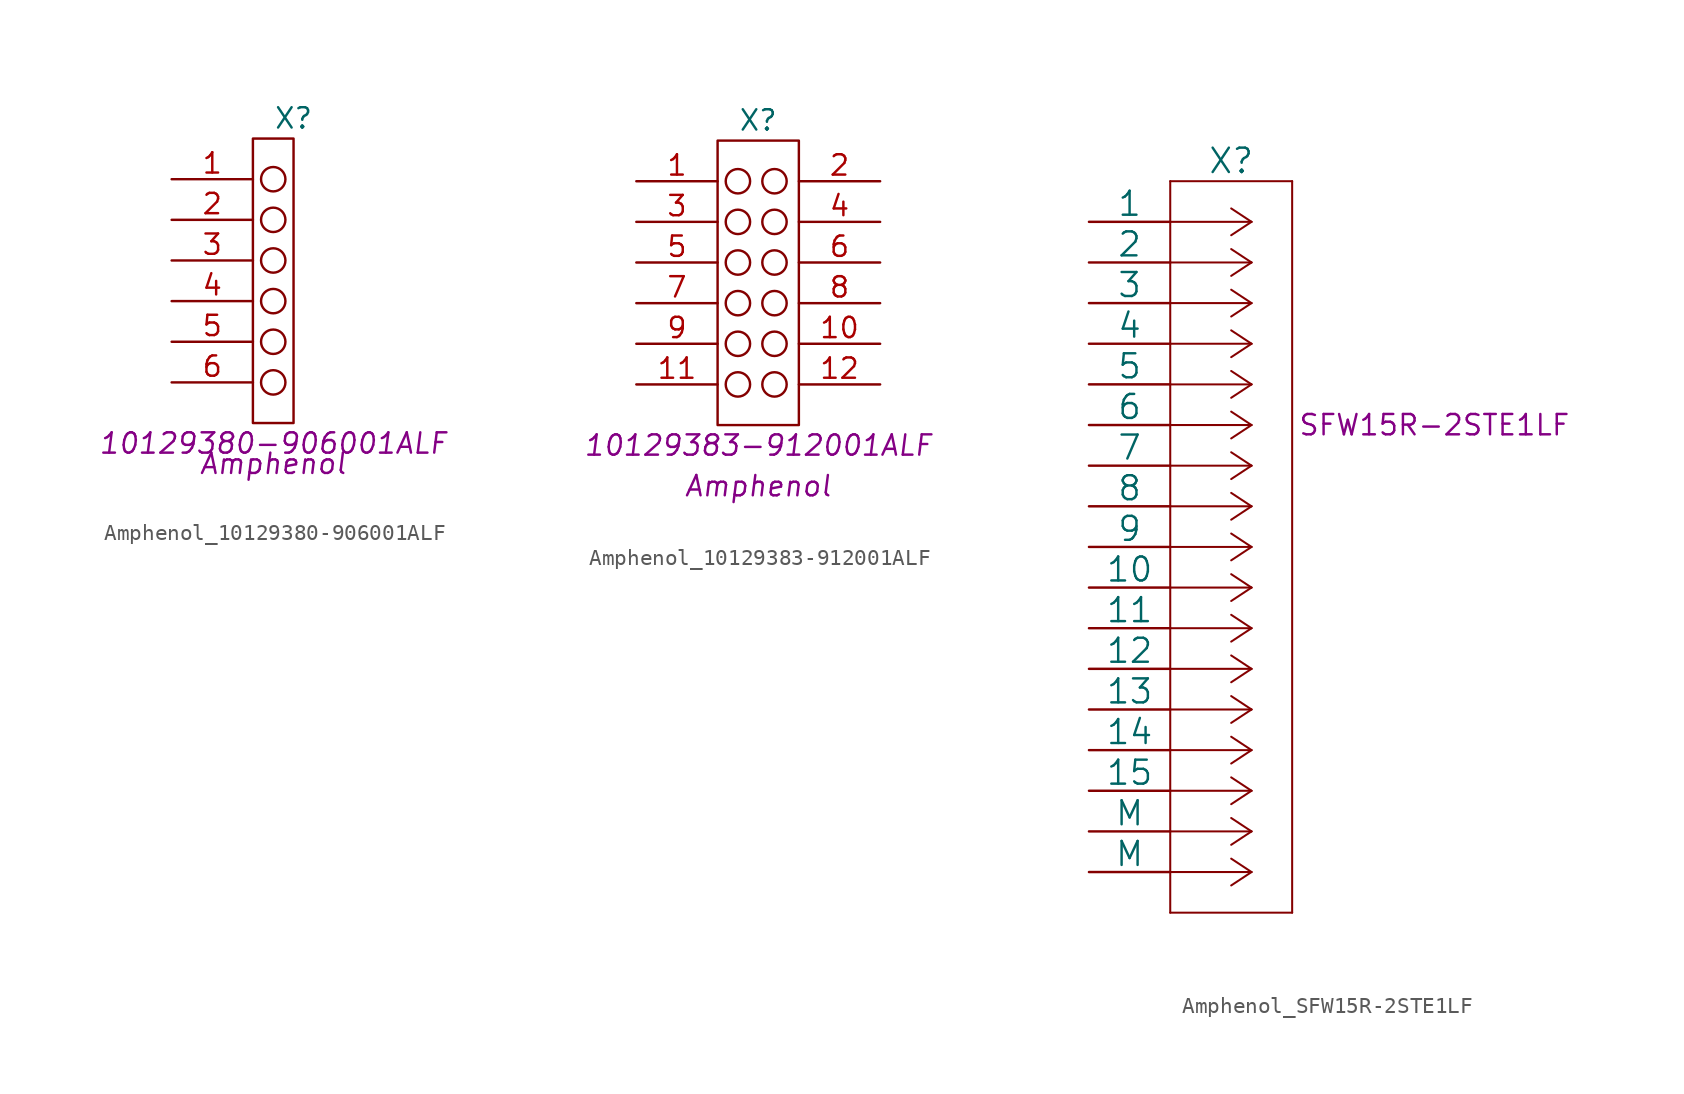
<source format=kicad_sym>
(kicad_symbol_lib
  (version 20211014)
  (generator kicad_symbol_editor)
  (symbol "Amphenol_10129380-906001ALF"
    (pin_names
      (offset 1.016))
    (property "Reference" "X"
      (at 0 10.16 0)
      (effects (font (size 1.27 1.27))))
    (property "p/n" "10129380-906001ALF"
      (at -1.27 -10.16 0)
      (effects (font (size 1.27 1.27) italic)))
    (property "Manuf" "Amphenol"
      (at -1.27 -11.43 0)
      (effects (font (size 1.27 1.27) italic)))
    (symbol "Amphenol_10129380-906001ALF_0_1"
      (rectangle (start -2.54 8.89) (end 0 -8.89) (stroke (width 0) (type default) (color 0 0 0 0)) (fill (type none)))
      (circle (center -1.27 3.81) (radius 0.762) (stroke (width 0) (type default) (color 0 0 0 0)) (fill (type none))))
    (symbol "Amphenol_10129380-906001ALF_1_1"
      (circle (center -1.27 -6.35) (radius 0.762) (stroke (width 0) (type default) (color 0 0 0 0)) (fill (type none)))
      (circle (center -1.27 -3.81) (radius 0.762) (stroke (width 0) (type default) (color 0 0 0 0)) (fill (type none)))
      (circle (center -1.27 -1.27) (radius 0.762) (stroke (width 0) (type default) (color 0 0 0 0)) (fill (type none)))
      (circle (center -1.27 1.27) (radius 0.762) (stroke (width 0) (type default) (color 0 0 0 0)) (fill (type none)))
      (circle (center -1.27 6.35) (radius 0.762) (stroke (width 0) (type default) (color 0 0 0 0)) (fill (type none)))
      (pin passive line (at -7.62 6.35 0) (length 5.08) (name "~" (effects (font (size 1.27 1.27)))) (number "1" (effects (font (size 1.27 1.27)))))
      (pin passive line (at -7.62 3.81 0) (length 5.08) (name "~" (effects (font (size 1.27 1.27)))) (number "2" (effects (font (size 1.27 1.27)))))
      (pin passive line (at -7.62 1.27 0) (length 5.08) (name "~" (effects (font (size 1.27 1.27)))) (number "3" (effects (font (size 1.27 1.27)))))
      (pin passive line (at -7.62 -1.27 0) (length 5.08) (name "~" (effects (font (size 1.27 1.27)))) (number "4" (effects (font (size 1.27 1.27)))))
      (pin passive line (at -7.62 -3.81 0) (length 5.08) (name "~" (effects (font (size 1.27 1.27)))) (number "5" (effects (font (size 1.27 1.27)))))
      (pin passive line (at -7.62 -6.35 0) (length 5.08) (name "~" (effects (font (size 1.27 1.27)))) (number "6" (effects (font (size 1.27 1.27)))))))
  (symbol "Amphenol_10129383-912001ALF"
    (pin_names
      (offset 1.016))
    (property "Reference" "X"
      (at 0 10.16 0)
      (effects (font (size 1.27 1.27))))
    (property "p/n" "10129383-912001ALF"
      (at 0 -10.16 0)
      (effects (font (size 1.27 1.27) italic)))
    (property "Manuf" "Amphenol"
      (at 0 -12.7 0)
      (effects (font (size 1.27 1.27) italic)))
    (symbol "Amphenol_10129383-912001ALF_0_1"
      (rectangle (start -2.54 8.89) (end 2.54 -8.89) (stroke (width 0) (type default) (color 0 0 0 0)) (fill (type none)))
      (circle (center -1.27 3.81) (radius 0.762) (stroke (width 0) (type default) (color 0 0 0 0)) (fill (type none))))
    (symbol "Amphenol_10129383-912001ALF_1_1"
      (circle (center -1.27 -6.35) (radius 0.762) (stroke (width 0) (type default) (color 0 0 0 0)) (fill (type none)))
      (circle (center -1.27 -3.81) (radius 0.762) (stroke (width 0) (type default) (color 0 0 0 0)) (fill (type none)))
      (circle (center -1.27 -1.27) (radius 0.762) (stroke (width 0) (type default) (color 0 0 0 0)) (fill (type none)))
      (circle (center -1.27 1.27) (radius 0.762) (stroke (width 0) (type default) (color 0 0 0 0)) (fill (type none)))
      (circle (center -1.27 6.35) (radius 0.762) (stroke (width 0) (type default) (color 0 0 0 0)) (fill (type none)))
      (circle (center 1.016 -6.35) (radius 0.762) (stroke (width 0) (type default) (color 0 0 0 0)) (fill (type none)))
      (circle (center 1.016 -3.81) (radius 0.762) (stroke (width 0) (type default) (color 0 0 0 0)) (fill (type none)))
      (circle (center 1.016 -1.27) (radius 0.762) (stroke (width 0) (type default) (color 0 0 0 0)) (fill (type none)))
      (circle (center 1.016 1.27) (radius 0.762) (stroke (width 0) (type default) (color 0 0 0 0)) (fill (type none)))
      (circle (center 1.016 3.81) (radius 0.762) (stroke (width 0) (type default) (color 0 0 0 0)) (fill (type none)))
      (circle (center 1.016 6.35) (radius 0.762) (stroke (width 0) (type default) (color 0 0 0 0)) (fill (type none)))
      (pin passive line (at -7.62 6.35 0) (length 5.08) (name "~" (effects (font (size 1.27 1.27)))) (number "1" (effects (font (size 1.27 1.27)))))
      (pin passive line (at 7.62 -3.81 180) (length 5.08) (name "~" (effects (font (size 1.27 1.27)))) (number "10" (effects (font (size 1.27 1.27)))))
      (pin passive line (at -7.62 -6.35 0) (length 5.08) (name "~" (effects (font (size 1.27 1.27)))) (number "11" (effects (font (size 1.27 1.27)))))
      (pin passive line (at 7.62 -6.35 180) (length 5.08) (name "~" (effects (font (size 1.27 1.27)))) (number "12" (effects (font (size 1.27 1.27)))))
      (pin passive line (at 7.62 6.35 180) (length 5.08) (name "~" (effects (font (size 1.27 1.27)))) (number "2" (effects (font (size 1.27 1.27)))))
      (pin passive line (at -7.62 3.81 0) (length 5.08) (name "~" (effects (font (size 1.27 1.27)))) (number "3" (effects (font (size 1.27 1.27)))))
      (pin passive line (at 7.62 3.81 180) (length 5.08) (name "~" (effects (font (size 1.27 1.27)))) (number "4" (effects (font (size 1.27 1.27)))))
      (pin passive line (at -7.62 1.27 0) (length 5.08) (name "~" (effects (font (size 1.27 1.27)))) (number "5" (effects (font (size 1.27 1.27)))))
      (pin passive line (at 7.62 1.27 180) (length 5.08) (name "~" (effects (font (size 1.27 1.27)))) (number "6" (effects (font (size 1.27 1.27)))))
      (pin passive line (at -7.62 -1.27 0) (length 5.08) (name "~" (effects (font (size 1.27 1.27)))) (number "7" (effects (font (size 1.27 1.27)))))
      (pin passive line (at 7.62 -1.27 180) (length 5.08) (name "~" (effects (font (size 1.27 1.27)))) (number "8" (effects (font (size 1.27 1.27)))))
      (pin passive line (at -7.62 -3.81 0) (length 5.08) (name "~" (effects (font (size 1.27 1.27)))) (number "9" (effects (font (size 1.27 1.27)))))))
  (symbol "Amphenol_SFW15R-2STE1LF"
    (pin_numbers hide)
    (pin_names
      (offset 0))
    (property "Reference" "X"
      (at 8.89 3.81 0)
      (effects (font (size 1.524 1.524))))
    (property "p/n" "SFW15R-2STE1LF"
      (at 21.59 -12.7 0)
      (effects (font (size 1.27 1.27))))
    (symbol "Amphenol_SFW15R-2STE1LF_1_1"
      (polyline (pts (xy 5.08 -43.18) (xy 12.7 -43.18)) (stroke (width 0.127) (type default) (color 0 0 0 0)) (fill (type none)))
      (polyline (pts (xy 5.08 2.54) (xy 5.08 -43.18)) (stroke (width 0.127) (type default) (color 0 0 0 0)) (fill (type none)))
      (polyline (pts (xy 10.16 -40.64) (xy 5.08 -40.64)) (stroke (width 0.127) (type default) (color 0 0 0 0)) (fill (type none)))
      (polyline (pts (xy 10.16 -40.64) (xy 8.89 -41.478)) (stroke (width 0.127) (type default) (color 0 0 0 0)) (fill (type none)))
      (polyline (pts (xy 10.16 -40.64) (xy 8.89 -39.802)) (stroke (width 0.127) (type default) (color 0 0 0 0)) (fill (type none)))
      (polyline (pts (xy 10.16 -38.1) (xy 5.08 -38.1)) (stroke (width 0.127) (type default) (color 0 0 0 0)) (fill (type none)))
      (polyline (pts (xy 10.16 -38.1) (xy 8.89 -38.938)) (stroke (width 0.127) (type default) (color 0 0 0 0)) (fill (type none)))
      (polyline (pts (xy 10.16 -38.1) (xy 8.89 -37.262)) (stroke (width 0.127) (type default) (color 0 0 0 0)) (fill (type none)))
      (polyline (pts (xy 10.16 -35.56) (xy 5.08 -35.56)) (stroke (width 0.127) (type default) (color 0 0 0 0)) (fill (type none)))
      (polyline (pts (xy 10.16 -35.56) (xy 8.89 -36.398)) (stroke (width 0.127) (type default) (color 0 0 0 0)) (fill (type none)))
      (polyline (pts (xy 10.16 -35.56) (xy 8.89 -34.722)) (stroke (width 0.127) (type default) (color 0 0 0 0)) (fill (type none)))
      (polyline (pts (xy 10.16 -33.02) (xy 5.08 -33.02)) (stroke (width 0.127) (type default) (color 0 0 0 0)) (fill (type none)))
      (polyline (pts (xy 10.16 -33.02) (xy 8.89 -33.858)) (stroke (width 0.127) (type default) (color 0 0 0 0)) (fill (type none)))
      (polyline (pts (xy 10.16 -33.02) (xy 8.89 -32.182)) (stroke (width 0.127) (type default) (color 0 0 0 0)) (fill (type none)))
      (polyline (pts (xy 10.16 -30.48) (xy 5.08 -30.48)) (stroke (width 0.127) (type default) (color 0 0 0 0)) (fill (type none)))
      (polyline (pts (xy 10.16 -30.48) (xy 8.89 -31.318)) (stroke (width 0.127) (type default) (color 0 0 0 0)) (fill (type none)))
      (polyline (pts (xy 10.16 -30.48) (xy 8.89 -29.642)) (stroke (width 0.127) (type default) (color 0 0 0 0)) (fill (type none)))
      (polyline (pts (xy 10.16 -27.94) (xy 5.08 -27.94)) (stroke (width 0.127) (type default) (color 0 0 0 0)) (fill (type none)))
      (polyline (pts (xy 10.16 -27.94) (xy 8.89 -28.778)) (stroke (width 0.127) (type default) (color 0 0 0 0)) (fill (type none)))
      (polyline (pts (xy 10.16 -27.94) (xy 8.89 -27.102)) (stroke (width 0.127) (type default) (color 0 0 0 0)) (fill (type none)))
      (polyline (pts (xy 10.16 -25.4) (xy 5.08 -25.4)) (stroke (width 0.127) (type default) (color 0 0 0 0)) (fill (type none)))
      (polyline (pts (xy 10.16 -25.4) (xy 8.89 -26.238)) (stroke (width 0.127) (type default) (color 0 0 0 0)) (fill (type none)))
      (polyline (pts (xy 10.16 -25.4) (xy 8.89 -24.562)) (stroke (width 0.127) (type default) (color 0 0 0 0)) (fill (type none)))
      (polyline (pts (xy 10.16 -22.86) (xy 5.08 -22.86)) (stroke (width 0.127) (type default) (color 0 0 0 0)) (fill (type none)))
      (polyline (pts (xy 10.16 -22.86) (xy 8.89 -23.698)) (stroke (width 0.127) (type default) (color 0 0 0 0)) (fill (type none)))
      (polyline (pts (xy 10.16 -22.86) (xy 8.89 -22.022)) (stroke (width 0.127) (type default) (color 0 0 0 0)) (fill (type none)))
      (polyline (pts (xy 10.16 -20.32) (xy 5.08 -20.32)) (stroke (width 0.127) (type default) (color 0 0 0 0)) (fill (type none)))
      (polyline (pts (xy 10.16 -20.32) (xy 8.89 -21.158)) (stroke (width 0.127) (type default) (color 0 0 0 0)) (fill (type none)))
      (polyline (pts (xy 10.16 -20.32) (xy 8.89 -19.482)) (stroke (width 0.127) (type default) (color 0 0 0 0)) (fill (type none)))
      (polyline (pts (xy 10.16 -17.78) (xy 5.08 -17.78)) (stroke (width 0.127) (type default) (color 0 0 0 0)) (fill (type none)))
      (polyline (pts (xy 10.16 -17.78) (xy 8.89 -18.618)) (stroke (width 0.127) (type default) (color 0 0 0 0)) (fill (type none)))
      (polyline (pts (xy 10.16 -17.78) (xy 8.89 -16.942)) (stroke (width 0.127) (type default) (color 0 0 0 0)) (fill (type none)))
      (polyline (pts (xy 10.16 -15.24) (xy 5.08 -15.24)) (stroke (width 0.127) (type default) (color 0 0 0 0)) (fill (type none)))
      (polyline (pts (xy 10.16 -15.24) (xy 8.89 -16.078)) (stroke (width 0.127) (type default) (color 0 0 0 0)) (fill (type none)))
      (polyline (pts (xy 10.16 -15.24) (xy 8.89 -14.402)) (stroke (width 0.127) (type default) (color 0 0 0 0)) (fill (type none)))
      (polyline (pts (xy 10.16 -12.7) (xy 5.08 -12.7)) (stroke (width 0.127) (type default) (color 0 0 0 0)) (fill (type none)))
      (polyline (pts (xy 10.16 -12.7) (xy 8.89 -13.538)) (stroke (width 0.127) (type default) (color 0 0 0 0)) (fill (type none)))
      (polyline (pts (xy 10.16 -12.7) (xy 8.89 -11.862)) (stroke (width 0.127) (type default) (color 0 0 0 0)) (fill (type none)))
      (polyline (pts (xy 10.16 -10.16) (xy 5.08 -10.16)) (stroke (width 0.127) (type default) (color 0 0 0 0)) (fill (type none)))
      (polyline (pts (xy 10.16 -10.16) (xy 8.89 -10.998)) (stroke (width 0.127) (type default) (color 0 0 0 0)) (fill (type none)))
      (polyline (pts (xy 10.16 -10.16) (xy 8.89 -9.322)) (stroke (width 0.127) (type default) (color 0 0 0 0)) (fill (type none)))
      (polyline (pts (xy 10.16 -7.62) (xy 5.08 -7.62)) (stroke (width 0.127) (type default) (color 0 0 0 0)) (fill (type none)))
      (polyline (pts (xy 10.16 -7.62) (xy 8.89 -8.458)) (stroke (width 0.127) (type default) (color 0 0 0 0)) (fill (type none)))
      (polyline (pts (xy 10.16 -7.62) (xy 8.89 -6.782)) (stroke (width 0.127) (type default) (color 0 0 0 0)) (fill (type none)))
      (polyline (pts (xy 10.16 -5.08) (xy 5.08 -5.08)) (stroke (width 0.127) (type default) (color 0 0 0 0)) (fill (type none)))
      (polyline (pts (xy 10.16 -5.08) (xy 8.89 -5.918)) (stroke (width 0.127) (type default) (color 0 0 0 0)) (fill (type none)))
      (polyline (pts (xy 10.16 -5.08) (xy 8.89 -4.242)) (stroke (width 0.127) (type default) (color 0 0 0 0)) (fill (type none)))
      (polyline (pts (xy 10.16 -2.54) (xy 5.08 -2.54)) (stroke (width 0.127) (type default) (color 0 0 0 0)) (fill (type none)))
      (polyline (pts (xy 10.16 -2.54) (xy 8.89 -3.378)) (stroke (width 0.127) (type default) (color 0 0 0 0)) (fill (type none)))
      (polyline (pts (xy 10.16 -2.54) (xy 8.89 -1.702)) (stroke (width 0.127) (type default) (color 0 0 0 0)) (fill (type none)))
      (polyline (pts (xy 10.16 0) (xy 5.08 0)) (stroke (width 0.127) (type default) (color 0 0 0 0)) (fill (type none)))
      (polyline (pts (xy 10.16 0) (xy 8.89 -0.838)) (stroke (width 0.127) (type default) (color 0 0 0 0)) (fill (type none)))
      (polyline (pts (xy 10.16 0) (xy 8.89 0.838)) (stroke (width 0.127) (type default) (color 0 0 0 0)) (fill (type none)))
      (polyline (pts (xy 12.7 -43.18) (xy 12.7 2.54)) (stroke (width 0.127) (type default) (color 0 0 0 0)) (fill (type none)))
      (polyline (pts (xy 12.7 2.54) (xy 5.08 2.54)) (stroke (width 0.127) (type default) (color 0 0 0 0)) (fill (type none)))
      (pin passive line (at 0 0 0) (length 5.08) (name "1" (effects (font (size 1.499 1.499)))) (number "1" (effects (font (size 1.499 1.499)))))
      (pin passive line (at 0 -22.86 0) (length 5.08) (name "10" (effects (font (size 1.499 1.499)))) (number "10" (effects (font (size 1.499 1.499)))))
      (pin passive line (at 0 -25.4 0) (length 5.08) (name "11" (effects (font (size 1.499 1.499)))) (number "11" (effects (font (size 1.499 1.499)))))
      (pin passive line (at 0 -27.94 0) (length 5.08) (name "12" (effects (font (size 1.499 1.499)))) (number "12" (effects (font (size 1.499 1.499)))))
      (pin passive line (at 0 -30.48 0) (length 5.08) (name "13" (effects (font (size 1.499 1.499)))) (number "13" (effects (font (size 1.499 1.499)))))
      (pin passive line (at 0 -33.02 0) (length 5.08) (name "14" (effects (font (size 1.499 1.499)))) (number "14" (effects (font (size 1.499 1.499)))))
      (pin passive line (at 0 -35.56 0) (length 5.08) (name "15" (effects (font (size 1.499 1.499)))) (number "15" (effects (font (size 1.499 1.499)))))
      (pin passive line (at 0 -38.1 0) (length 5.08) (name "M" (effects (font (size 1.499 1.499)))) (number "16" (effects (font (size 1.499 1.499)))))
      (pin passive line (at 0 -40.64 0) (length 5.08) (name "M" (effects (font (size 1.499 1.499)))) (number "17" (effects (font (size 1.499 1.499)))))
      (pin passive line (at 0 -2.54 0) (length 5.08) (name "2" (effects (font (size 1.499 1.499)))) (number "2" (effects (font (size 1.499 1.499)))))
      (pin passive line (at 0 -5.08 0) (length 5.08) (name "3" (effects (font (size 1.499 1.499)))) (number "3" (effects (font (size 1.499 1.499)))))
      (pin passive line (at 0 -7.62 0) (length 5.08) (name "4" (effects (font (size 1.499 1.499)))) (number "4" (effects (font (size 1.499 1.499)))))
      (pin passive line (at 0 -10.16 0) (length 5.08) (name "5" (effects (font (size 1.499 1.499)))) (number "5" (effects (font (size 1.499 1.499)))))
      (pin passive line (at 0 -12.7 0) (length 5.08) (name "6" (effects (font (size 1.499 1.499)))) (number "6" (effects (font (size 1.499 1.499)))))
      (pin passive line (at 0 -15.24 0) (length 5.08) (name "7" (effects (font (size 1.499 1.499)))) (number "7" (effects (font (size 1.499 1.499)))))
      (pin passive line (at 0 -17.78 0) (length 5.08) (name "8" (effects (font (size 1.499 1.499)))) (number "8" (effects (font (size 1.499 1.499)))))
      (pin passive line (at 0 -20.32 0) (length 5.08) (name "9" (effects (font (size 1.499 1.499)))) (number "9" (effects (font (size 1.499 1.499))))))))
</source>
